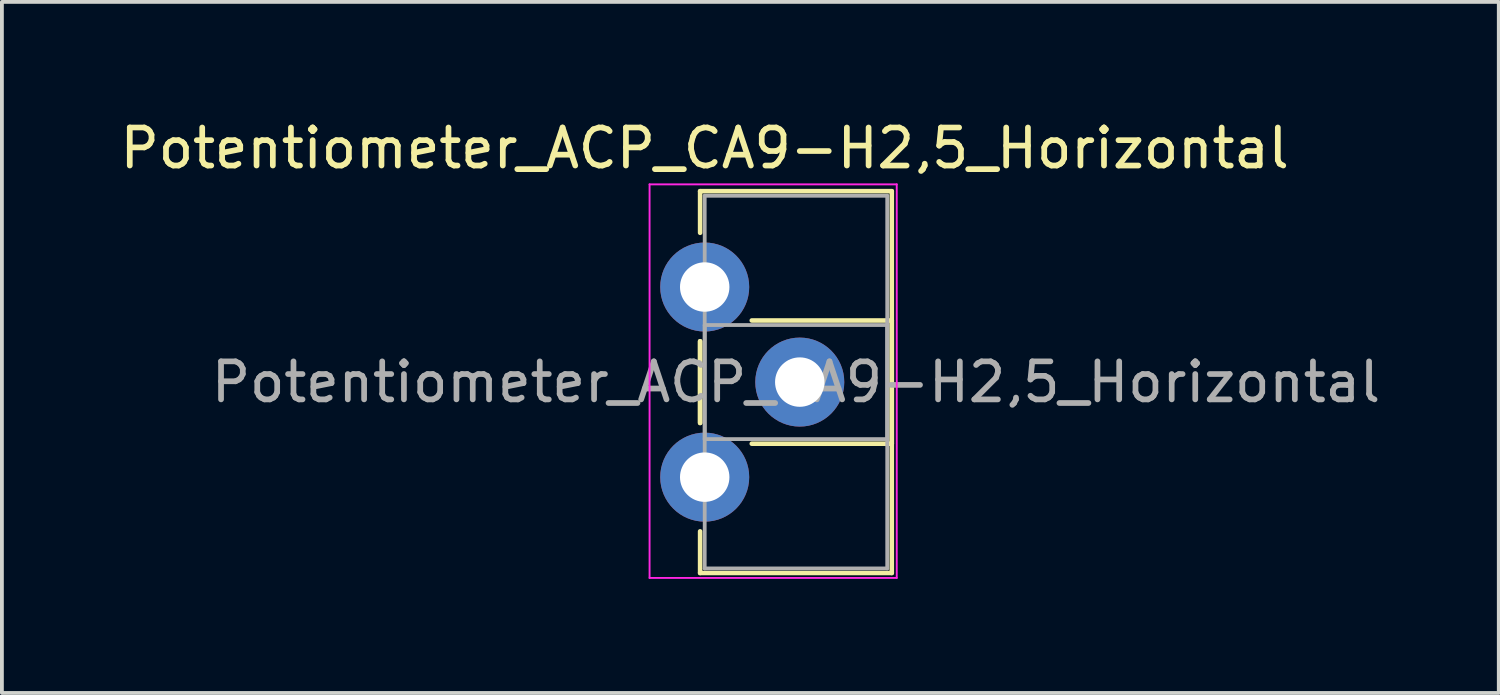
<source format=kicad_pcb>
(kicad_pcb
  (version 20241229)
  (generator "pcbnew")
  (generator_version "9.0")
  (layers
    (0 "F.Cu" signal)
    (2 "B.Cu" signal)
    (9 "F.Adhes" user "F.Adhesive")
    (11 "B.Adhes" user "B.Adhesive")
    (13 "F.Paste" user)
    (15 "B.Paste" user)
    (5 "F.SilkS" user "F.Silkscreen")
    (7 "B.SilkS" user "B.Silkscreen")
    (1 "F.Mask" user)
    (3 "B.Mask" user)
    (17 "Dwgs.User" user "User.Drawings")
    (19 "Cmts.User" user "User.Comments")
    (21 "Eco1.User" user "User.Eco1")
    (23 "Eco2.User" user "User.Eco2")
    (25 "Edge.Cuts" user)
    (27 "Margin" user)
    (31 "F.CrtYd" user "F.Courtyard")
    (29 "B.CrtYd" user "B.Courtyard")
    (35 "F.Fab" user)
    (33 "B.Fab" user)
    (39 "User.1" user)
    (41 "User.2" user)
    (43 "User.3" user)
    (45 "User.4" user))
  (footprint "Potentiometer_ACP_CA9-H2,5_Horizontal"
    (layer "F.Cu")
    (at 15.482 4.498)
    (property "Reference" "Potentiometer_ACP_CA9-H2,5_Horizontal" (at 0 -3.65 0) (layer "F.SilkS") (effects (font (size 1 1) (thickness 0.15))))
    (attr through_hole)
    (fp_line (start -0.121 -2.521) (end -0.121 -1.426) (stroke (width 0.12) (type solid)) (layer "F.SilkS"))
    (fp_line (start -0.121 -2.521) (end 4.92 -2.521) (stroke (width 0.12) (type solid)) (layer "F.SilkS"))
    (fp_line (start -0.121 1.426) (end -0.121 3.575) (stroke (width 0.12) (type solid)) (layer "F.SilkS"))
    (fp_line (start -0.121 1.426) (end -0.121 3.575) (stroke (width 0.12) (type solid)) (layer "F.SilkS"))
    (fp_line (start -0.121 6.425) (end -0.121 7.52) (stroke (width 0.12) (type solid)) (layer "F.SilkS"))
    (fp_line (start -0.121 7.52) (end 4.92 7.52) (stroke (width 0.12) (type solid)) (layer "F.SilkS"))
    (fp_line (start 1.237 0.88) (end 4.92 0.88) (stroke (width 0.12) (type solid)) (layer "F.SilkS"))
    (fp_line (start 1.237 4.12) (end 4.92 4.12) (stroke (width 0.12) (type solid)) (layer "F.SilkS"))
    (fp_line (start 4.92 -2.521) (end 4.92 7.52) (stroke (width 0.12) (type solid)) (layer "F.SilkS"))
    (fp_line (start 4.92 0.88) (end 4.92 4.12) (stroke (width 0.12) (type solid)) (layer "F.SilkS"))
    (fp_line (start -1.45 -2.7) (end -1.45 7.65) (stroke (width 0.05) (type solid)) (layer "F.CrtYd"))
    (fp_line (start -1.45 7.65) (end 5.05 7.65) (stroke (width 0.05) (type solid)) (layer "F.CrtYd"))
    (fp_line (start 5.05 -2.7) (end -1.45 -2.7) (stroke (width 0.05) (type solid)) (layer "F.CrtYd"))
    (fp_line (start 5.05 7.65) (end 5.05 -2.7) (stroke (width 0.05) (type solid)) (layer "F.CrtYd"))
    (fp_line (start 0 -2.4) (end 4.8 -2.4) (stroke (width 0.1) (type solid)) (layer "F.Fab"))
    (fp_line (start 0 1) (end 0 4) (stroke (width 0.1) (type solid)) (layer "F.Fab"))
    (fp_line (start 0 4) (end 4.8 4) (stroke (width 0.1) (type solid)) (layer "F.Fab"))
    (fp_line (start 0 7.4) (end 0 -2.4) (stroke (width 0.1) (type solid)) (layer "F.Fab"))
    (fp_line (start 4.8 -2.4) (end 4.8 7.4) (stroke (width 0.1) (type solid)) (layer "F.Fab"))
    (fp_line (start 4.8 1) (end 0 1) (stroke (width 0.1) (type solid)) (layer "F.Fab"))
    (fp_line (start 4.8 4) (end 4.8 1) (stroke (width 0.1) (type solid)) (layer "F.Fab"))
    (fp_line (start 4.8 7.4) (end 0 7.4) (stroke (width 0.1) (type solid)) (layer "F.Fab"))
    (fp_text user "${REFERENCE}" (at 2.4 2.5 0) (layer "F.Fab") (effects (font (size 1 1) (thickness 0.15))))
    (pad "1" thru_hole circle (at 0 0) (size 2.34 2.34) (drill 1.3) (layers "*.Cu" "*.Mask"))
    (pad "2" thru_hole circle (at 2.5 2.5) (size 2.34 2.34) (drill 1.3) (layers "*.Cu" "*.Mask"))
    (pad "3" thru_hole circle (at 0 5) (size 2.34 2.34) (drill 1.3) (layers "*.Cu" "*.Mask")))
  (gr_rect
    (start -3 -3)
    (end 36.364 15.173)
    (stroke (width 0.1) (type default))
    (fill no)
    (layer "Edge.Cuts")))
</source>
